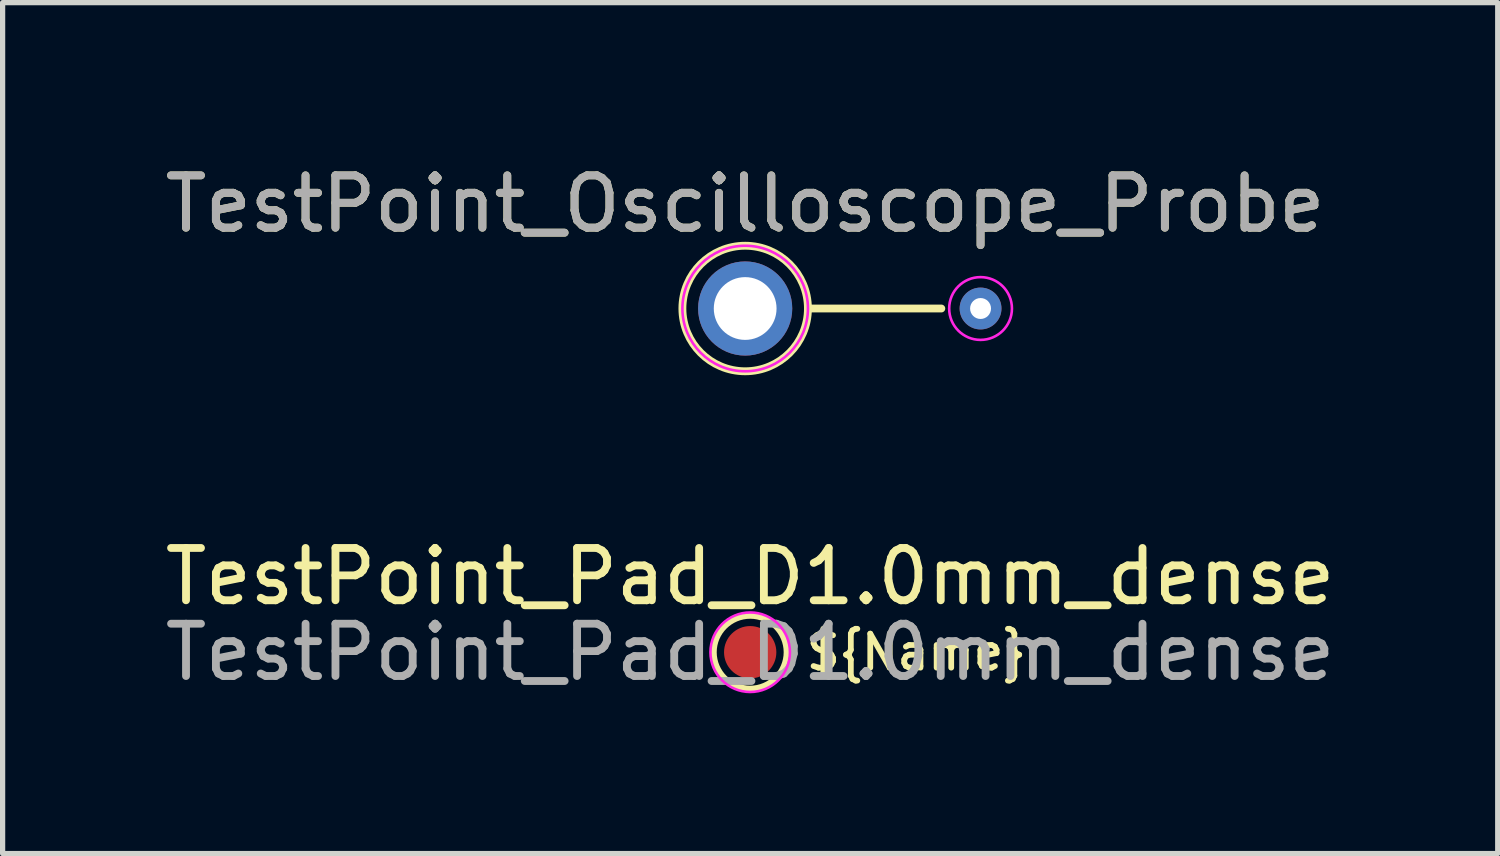
<source format=kicad_pcb>
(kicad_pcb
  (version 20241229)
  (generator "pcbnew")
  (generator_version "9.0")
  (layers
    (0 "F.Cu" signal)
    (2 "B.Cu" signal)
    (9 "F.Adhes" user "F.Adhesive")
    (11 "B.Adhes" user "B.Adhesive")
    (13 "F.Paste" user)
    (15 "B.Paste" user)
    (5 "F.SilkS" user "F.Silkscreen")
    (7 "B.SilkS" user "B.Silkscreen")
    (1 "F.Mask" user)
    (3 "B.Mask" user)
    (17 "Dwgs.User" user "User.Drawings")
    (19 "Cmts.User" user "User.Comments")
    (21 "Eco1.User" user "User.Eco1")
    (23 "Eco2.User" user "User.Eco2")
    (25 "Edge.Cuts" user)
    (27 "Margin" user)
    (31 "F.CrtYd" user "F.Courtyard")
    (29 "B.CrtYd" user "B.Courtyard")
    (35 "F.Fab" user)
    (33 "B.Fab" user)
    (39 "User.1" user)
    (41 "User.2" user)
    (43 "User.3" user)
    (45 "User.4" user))
  (footprint "TestPoint_Oscilloscope_Probe"
    (layer "F.Cu")
    (at 11.196 2.848)
    (property "Reference" "TestPoint_Oscilloscope_Probe" (at 0 -2 0) (layer "F.SilkS") (effects (font (size 1 1) (thickness 0.15))))
    (property "Name" "" (at 1 -1.75 0) (unlocked yes) (layer "F.SilkS") (effects (font (size 1.5 1.5) (thickness 0.15)) (justify left)))
    (attr exclude_from_pos_files exclude_from_bom)
    (fp_line (start 1.2 0) (end 3.75 0) (stroke (width 0.15) (type default)) (layer "F.SilkS"))
    (fp_circle (center 0 0) (end 1.2 0) (stroke (width 0.15) (type solid)) (fill no) (layer "F.SilkS"))
    (fp_circle (center 0 0) (end 1.2 0) (stroke (width 0.05) (type solid)) (fill no) (layer "F.CrtYd"))
    (fp_circle (center 4.5 0) (end 5.1 0) (stroke (width 0.05) (type solid)) (fill no) (layer "F.CrtYd"))
    (fp_text user "${REFERENCE}" (at 0 -2 0) (layer "F.Fab") (effects (font (size 1 1) (thickness 0.15))))
    (pad "1" thru_hole circle (at 0 0) (size 1.8 1.8) (drill 1.2) (layers "*.Cu" "*.Mask"))
    (pad "2" thru_hole circle (at 4.5 0) (size 0.8 0.8) (drill 0.4) (layers "*.Cu" "*.Mask")))
  (footprint "TestPoint_Pad_D1.0mm_dense"
    (layer "F.Cu")
    (at 11.292 9.419)
    (property "Reference" "TestPoint_Pad_D1.0mm_dense" (at 0 -1.448 0) (layer "F.SilkS") (effects (font (size 1 1) (thickness 0.15))))
    (attr smd exclude_from_pos_files exclude_from_bom)
    (fp_circle (center 0 0) (end 0 0.7) (stroke (width 0.12) (type solid)) (fill no) (layer "F.SilkS"))
    (fp_circle (center 0 0) (end 0.76 0) (stroke (width 0.05) (type solid)) (fill no) (layer "F.CrtYd"))
    (fp_text user "${Name}" (at 1.016 0 0) (layer "F.SilkS") (effects (font (size 0.65 0.65) (thickness 0.11) (bold yes)) (justify left)))
    (fp_text user "${REFERENCE}" (at 0 0 0) (layer "F.Fab") (effects (font (size 1 1) (thickness 0.15))))
    (pad "1" smd circle (at 0 0) (size 1 1) (property pad_prop_testpoint) (layers "F.Cu" "F.Mask")))
  (gr_rect
    (start -3 -3)
    (end 25.583 13.268)
    (stroke (width 0.1) (type default))
    (fill no)
    (layer "Edge.Cuts")))
</source>
